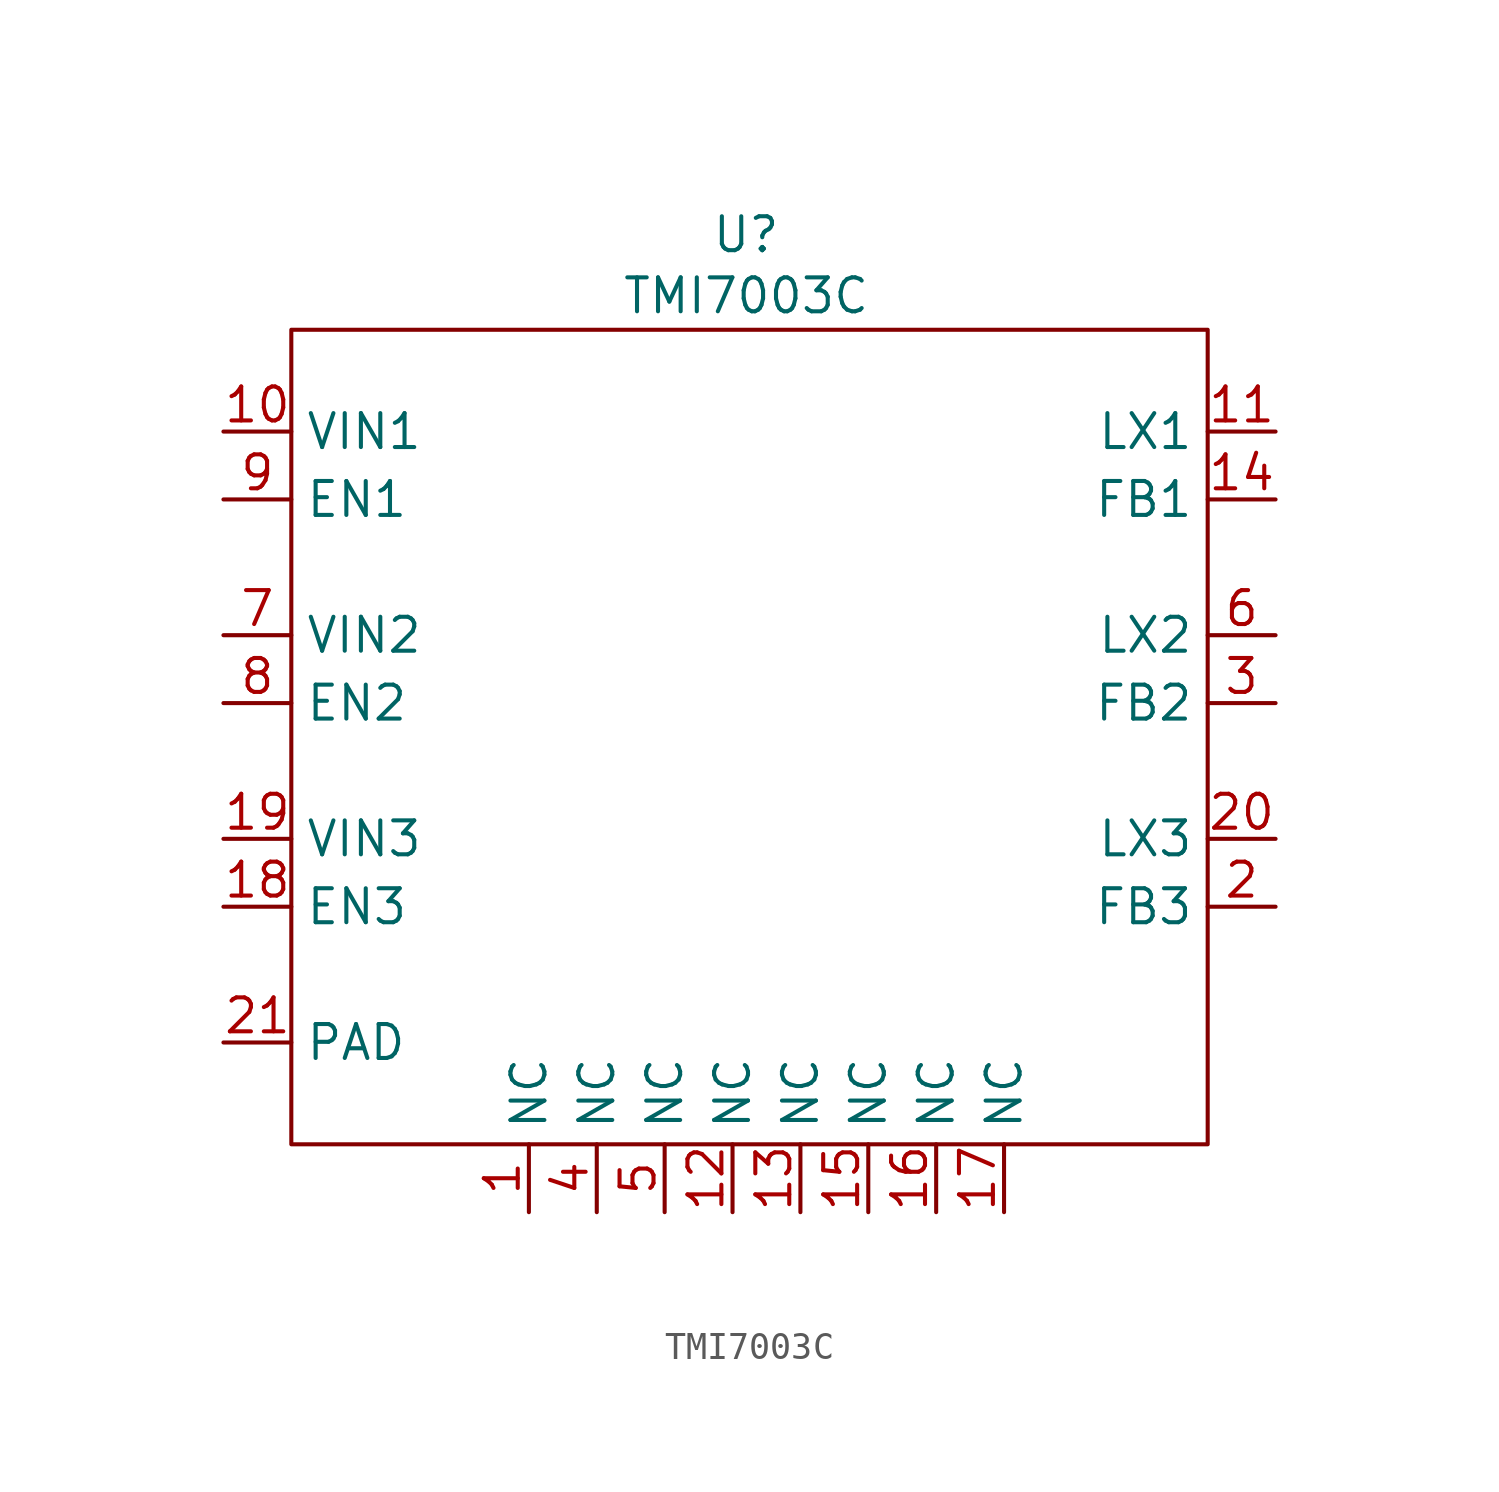
<source format=kicad_sym>
(kicad_symbol_lib
  (version 20241209)
  (generator "kicad_symbol_editor")
  (generator_version "9.0")
  (symbol "TMI7003C"
    (property "Reference" "U"
      (at 17.018 7.366 0)
      (effects (font (size 1.27 1.27))))
    (property "Value" "TMI7003C"
      (at 17.018 5.08 0)
      (effects (font (size 1.27 1.27))))
    (symbol "TMI7003C_0_0"
      (pin unspecified line (at -2.54 0 0) (length 2.54) (name "VIN1" (effects (font (size 1.27 1.27)))) (number "10" (effects (font (size 1.27 1.27)))))
      (pin unspecified line (at -2.54 -2.54 0) (length 2.54) (name "EN1" (effects (font (size 1.27 1.27)))) (number "9" (effects (font (size 1.27 1.27)))))
      (pin unspecified line (at -2.54 -7.62 0) (length 2.54) (name "VIN2" (effects (font (size 1.27 1.27)))) (number "7" (effects (font (size 1.27 1.27)))))
      (pin unspecified line (at -2.54 -10.16 0) (length 2.54) (name "EN2" (effects (font (size 1.27 1.27)))) (number "8" (effects (font (size 1.27 1.27)))))
      (pin unspecified line (at -2.54 -15.24 0) (length 2.54) (name "VIN3" (effects (font (size 1.27 1.27)))) (number "19" (effects (font (size 1.27 1.27)))))
      (pin unspecified line (at -2.54 -17.78 0) (length 2.54) (name "EN3" (effects (font (size 1.27 1.27)))) (number "18" (effects (font (size 1.27 1.27)))))
      (pin unspecified line (at -2.54 -22.86 0) (length 2.54) (name "PAD" (effects (font (size 1.27 1.27)))) (number "21" (effects (font (size 1.27 1.27)))))
      (pin unspecified line (at 8.89 -29.21 90) (length 2.54) (name "NC" (effects (font (size 1.27 1.27)))) (number "1" (effects (font (size 1.27 1.27)))))
      (pin unspecified line (at 11.43 -29.21 90) (length 2.54) (name "NC" (effects (font (size 1.27 1.27)))) (number "4" (effects (font (size 1.27 1.27)))))
      (pin unspecified line (at 13.97 -29.21 90) (length 2.54) (name "NC" (effects (font (size 1.27 1.27)))) (number "5" (effects (font (size 1.27 1.27)))))
      (pin unspecified line (at 16.51 -29.21 90) (length 2.54) (name "NC" (effects (font (size 1.27 1.27)))) (number "12" (effects (font (size 1.27 1.27)))))
      (pin unspecified line (at 19.05 -29.21 90) (length 2.54) (name "NC" (effects (font (size 1.27 1.27)))) (number "13" (effects (font (size 1.27 1.27)))))
      (pin unspecified line (at 21.59 -29.21 90) (length 2.54) (name "NC" (effects (font (size 1.27 1.27)))) (number "15" (effects (font (size 1.27 1.27)))))
      (pin unspecified line (at 24.13 -29.21 90) (length 2.54) (name "NC" (effects (font (size 1.27 1.27)))) (number "16" (effects (font (size 1.27 1.27)))))
      (pin unspecified line (at 36.83 0 180) (length 2.54) (name "LX1" (effects (font (size 1.27 1.27)))) (number "11" (effects (font (size 1.27 1.27)))))
      (pin unspecified line (at 36.83 -2.54 180) (length 2.54) (name "FB1" (effects (font (size 1.27 1.27)))) (number "14" (effects (font (size 1.27 1.27)))))
      (pin unspecified line (at 36.83 -7.62 180) (length 2.54) (name "LX2" (effects (font (size 1.27 1.27)))) (number "6" (effects (font (size 1.27 1.27)))))
      (pin unspecified line (at 36.83 -10.16 180) (length 2.54) (name "FB2" (effects (font (size 1.27 1.27)))) (number "3" (effects (font (size 1.27 1.27)))))
      (pin unspecified line (at 36.83 -15.24 180) (length 2.54) (name "LX3" (effects (font (size 1.27 1.27)))) (number "20" (effects (font (size 1.27 1.27)))))
      (pin unspecified line (at 36.83 -17.78 180) (length 2.54) (name "FB3" (effects (font (size 1.27 1.27)))) (number "2" (effects (font (size 1.27 1.27))))))
    (symbol "TMI7003C_0_1"
      (rectangle (start 0 3.81) (end 34.29 -26.67) (stroke (width 0) (type default)) (fill (type none))))
    (symbol "TMI7003C_1_0"
      (pin unspecified line (at 26.67 -29.21 90) (length 2.54) (name "NC" (effects (font (size 1.27 1.27)))) (number "17" (effects (font (size 1.27 1.27))))))))
</source>
